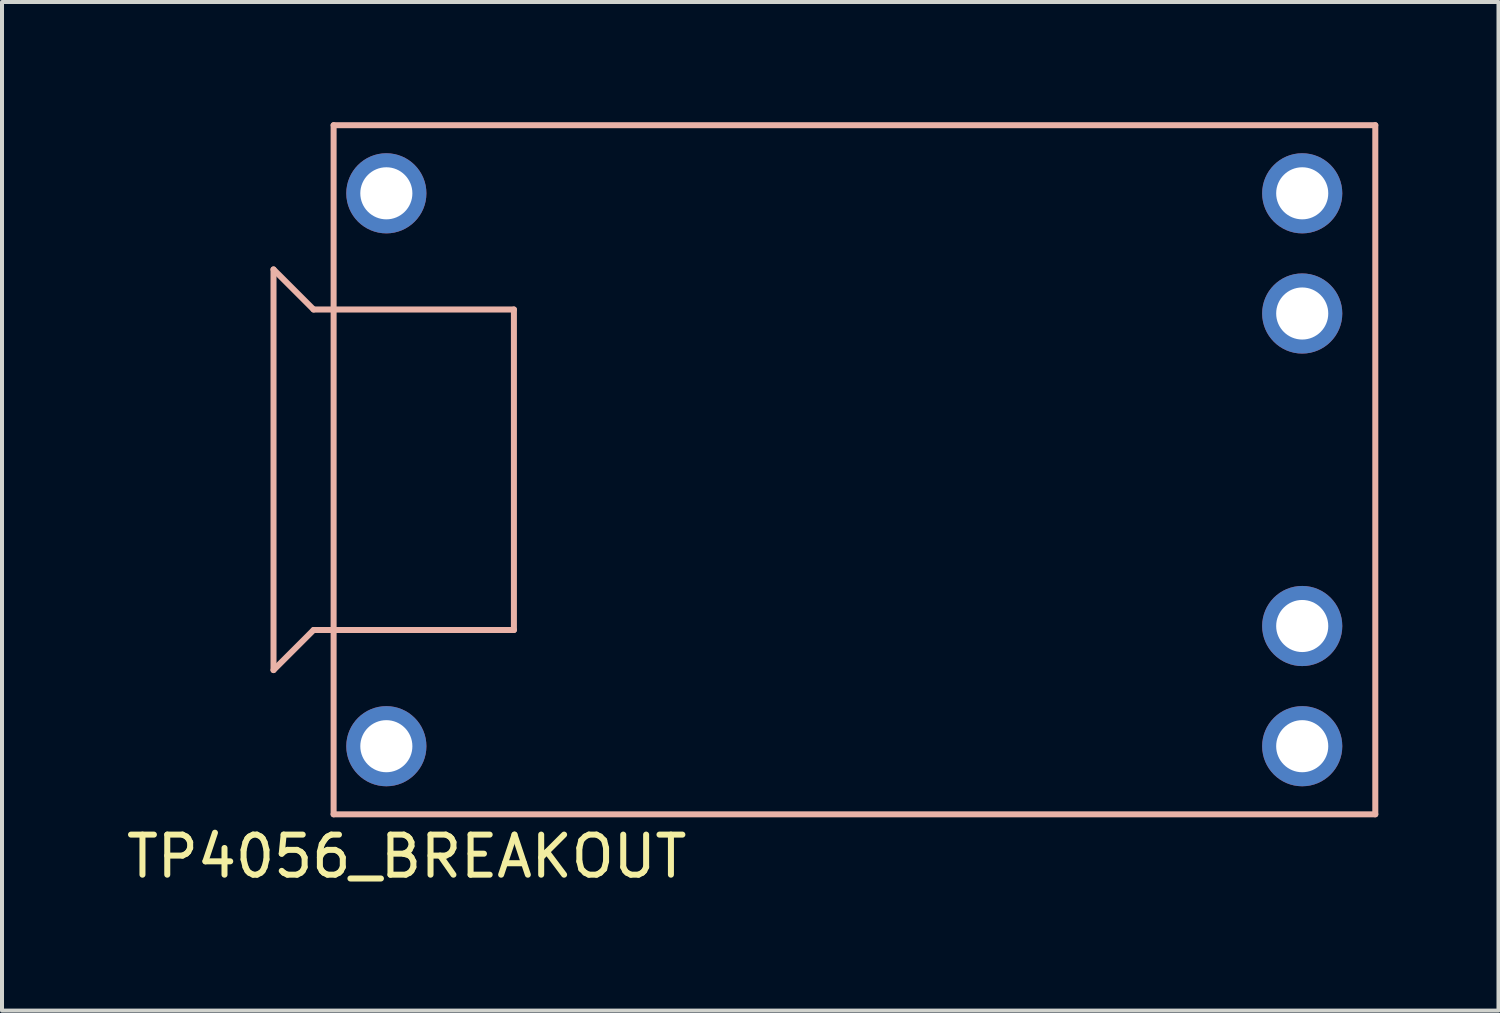
<source format=kicad_pcb>
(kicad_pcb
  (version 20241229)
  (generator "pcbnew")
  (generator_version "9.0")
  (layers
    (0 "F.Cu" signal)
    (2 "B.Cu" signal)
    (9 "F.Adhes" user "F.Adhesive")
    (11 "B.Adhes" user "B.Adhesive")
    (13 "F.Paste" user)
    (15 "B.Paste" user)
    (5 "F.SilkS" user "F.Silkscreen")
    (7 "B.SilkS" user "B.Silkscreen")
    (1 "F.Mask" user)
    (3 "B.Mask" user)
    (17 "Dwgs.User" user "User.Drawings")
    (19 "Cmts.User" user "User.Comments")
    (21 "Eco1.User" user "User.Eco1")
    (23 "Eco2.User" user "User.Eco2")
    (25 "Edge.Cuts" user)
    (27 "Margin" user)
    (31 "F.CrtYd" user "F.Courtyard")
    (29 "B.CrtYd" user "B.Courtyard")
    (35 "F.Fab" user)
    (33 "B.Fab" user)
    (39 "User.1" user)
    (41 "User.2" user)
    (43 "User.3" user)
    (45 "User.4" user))
  (footprint "TP4056_BREAKOUT"
    (layer "F.Cu")
    (at 18.277 8.675)
    (property "Reference" "TP4056_BREAKOUT" (at -11.176 9.652 0) (layer "F.SilkS") (effects (font (size 1 1) (thickness 0.15))))
    (attr through_hole)
    (fp_line (start -14.5 -5) (end -13.5 -4) (stroke (width 0.15) (type solid)) (layer "B.SilkS"))
    (fp_line (start -14.5 5) (end -14.5 -5) (stroke (width 0.15) (type solid)) (layer "B.SilkS"))
    (fp_line (start -13.5 -4) (end -13 -4) (stroke (width 0.15) (type solid)) (layer "B.SilkS"))
    (fp_line (start -13.5 4) (end -14.5 5) (stroke (width 0.15) (type solid)) (layer "B.SilkS"))
    (fp_line (start -13 -8.6) (end 13 -8.6) (stroke (width 0.15) (type solid)) (layer "B.SilkS"))
    (fp_line (start -13 -4) (end -8.5 -4) (stroke (width 0.15) (type solid)) (layer "B.SilkS"))
    (fp_line (start -13 4) (end -13.5 4) (stroke (width 0.15) (type solid)) (layer "B.SilkS"))
    (fp_line (start -13 8.6) (end -13 -8.6) (stroke (width 0.15) (type solid)) (layer "B.SilkS"))
    (fp_line (start -8.5 -4) (end -8.5 4) (stroke (width 0.15) (type solid)) (layer "B.SilkS"))
    (fp_line (start -8.5 4) (end -13 4) (stroke (width 0.15) (type solid)) (layer "B.SilkS"))
    (fp_line (start 13 -8.6) (end 13 8.6) (stroke (width 0.15) (type solid)) (layer "B.SilkS"))
    (fp_line (start 13 8.6) (end -13 8.6) (stroke (width 0.15) (type solid)) (layer "B.SilkS"))
    (pad "1" thru_hole oval (at -11.684 -6.9) (size 2 2) (drill 1.3) (layers "*.Cu" "*.Mask"))
    (pad "2" thru_hole oval (at -11.684 6.9) (size 2 2) (drill 1.3) (layers "*.Cu" "*.Mask"))
    (pad "3" thru_hole oval (at 11.176 -6.9) (size 2 2) (drill 1.3) (layers "*.Cu" "*.Mask"))
    (pad "4" thru_hole oval (at 11.176 -3.9) (size 2 2) (drill 1.3) (layers "*.Cu" "*.Mask"))
    (pad "5" thru_hole oval (at 11.176 3.9) (size 2 2) (drill 1.3) (layers "*.Cu" "*.Mask"))
    (pad "6" thru_hole oval (at 11.176 6.9) (size 2 2) (drill 1.3) (layers "*.Cu" "*.Mask")))
  (gr_rect
    (start -3 -3)
    (end 34.352 22.175)
    (stroke (width 0.1) (type default))
    (fill no)
    (layer "Edge.Cuts")))
</source>
